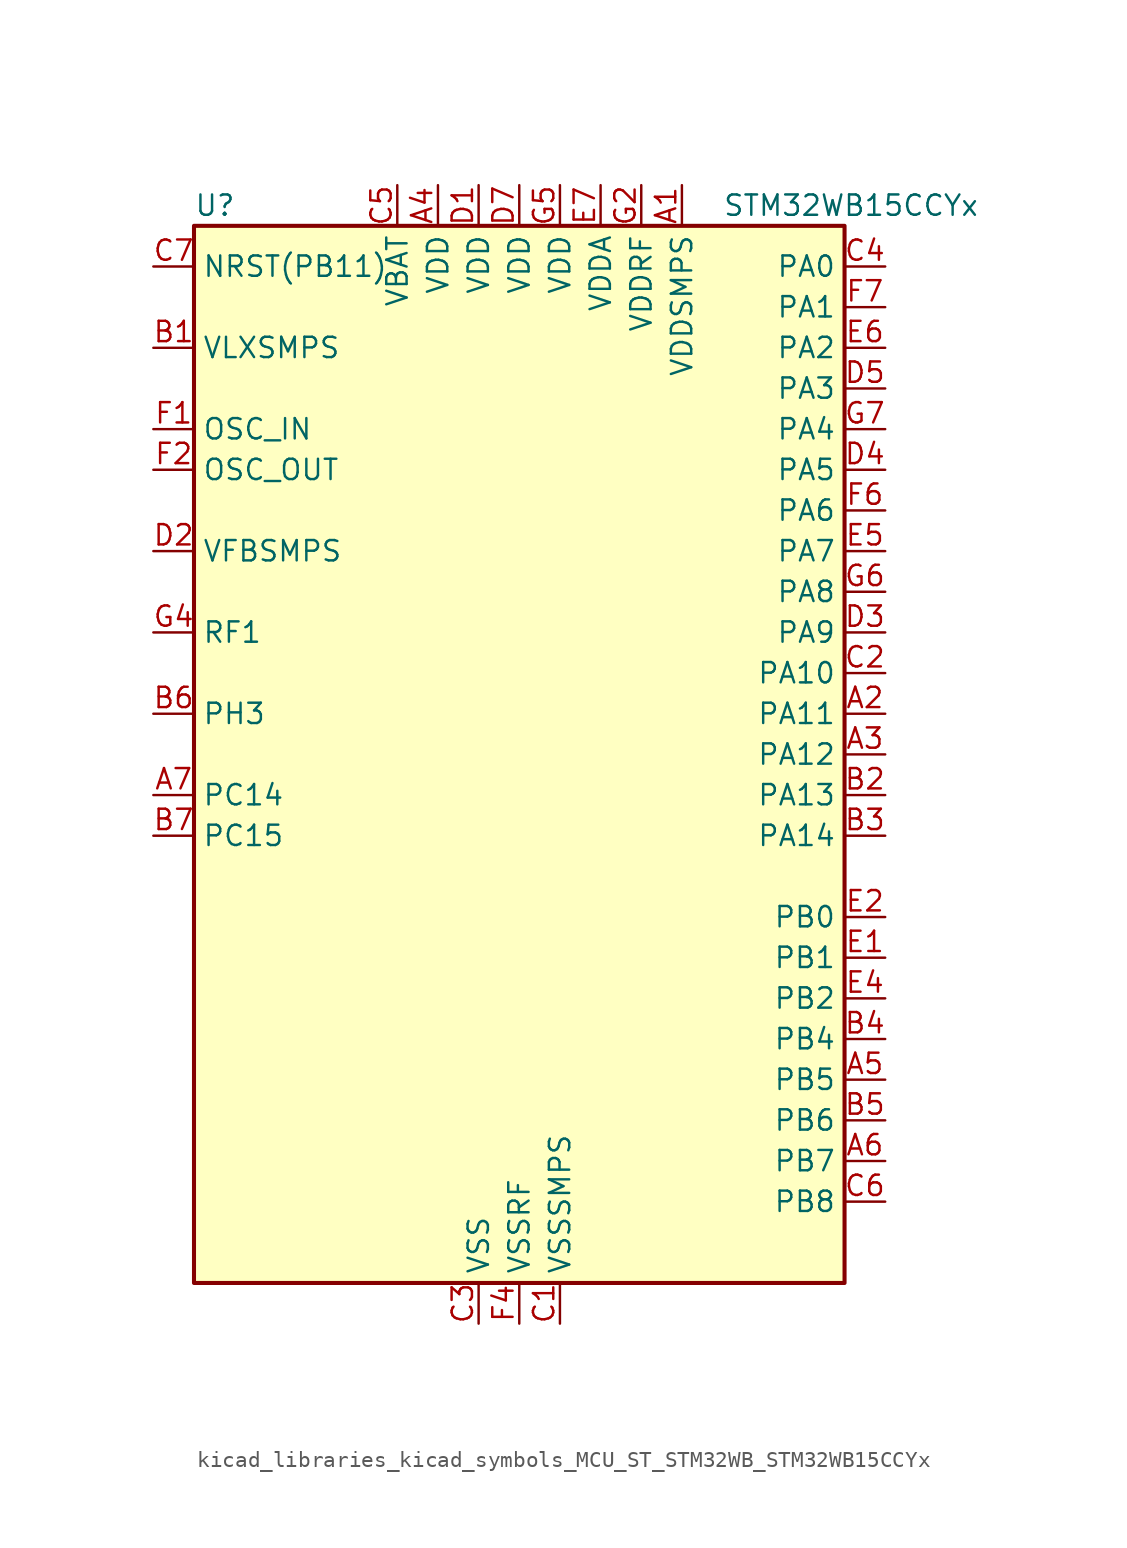
<source format=kicad_sym>
(kicad_symbol_lib
  (version 20220914)
  (generator kicad_symbol_editor)
  (symbol "kicad_libraries_kicad_symbols_MCU_ST_STM32WB_STM32WB15CCYx"
    (property "Reference" "U"
      (at -20.32 34.29 0)
      (effects (font (size 1.27 1.27)) (justify left)))
    (property "Value" "STM32WB15CCYx"
      (at 12.7 34.29 0)
      (effects (font (size 1.27 1.27)) (justify left)))
    (property "ki_locked" ""
      (at 0 0 0)
      (effects (font (size 1.27 1.27))))
    (symbol "kicad_libraries_kicad_symbols_MCU_ST_STM32WB_STM32WB15CCYx_0_1"
      (rectangle (start -20.32 -33.02) (end 20.32 33.02) (stroke (width 0.254) (type default)) (fill (type background))))
    (symbol "kicad_libraries_kicad_symbols_MCU_ST_STM32WB_STM32WB15CCYx_1_1"
      (pin power_in line (at 10.16 35.56 270) (length 2.54) (name "VDDSMPS" (effects (font (size 1.27 1.27)))) (number "A1" (effects (font (size 1.27 1.27)))))
      (pin bidirectional line (at 22.86 2.54 180) (length 2.54) (name "PA11" (effects (font (size 1.27 1.27)))) (number "A2" (effects (font (size 1.27 1.27)))) (alternate "ADC1_EXTI11" bidirectional line) (alternate "SPI1_MISO" bidirectional line) (alternate "TIM1_BKIN2" bidirectional line) (alternate "TIM1_CH4" bidirectional line) (alternate "USART1_CTS" bidirectional line) (alternate "USART1_NSS" bidirectional line))
      (pin bidirectional line (at 22.86 0 180) (length 2.54) (name "PA12" (effects (font (size 1.27 1.27)))) (number "A3" (effects (font (size 1.27 1.27)))) (alternate "LPUART1_RX" bidirectional line) (alternate "SPI1_MOSI" bidirectional line) (alternate "TIM1_ETR" bidirectional line) (alternate "USART1_DE" bidirectional line) (alternate "USART1_RTS" bidirectional line))
      (pin power_in line (at -5.08 35.56 270) (length 2.54) (name "VDD" (effects (font (size 1.27 1.27)))) (number "A4" (effects (font (size 1.27 1.27)))))
      (pin bidirectional line (at 22.86 -20.32 180) (length 2.54) (name "PB5" (effects (font (size 1.27 1.27)))) (number "A5" (effects (font (size 1.27 1.27)))) (alternate "I2C1_SMBA" bidirectional line) (alternate "LPTIM1_IN1" bidirectional line) (alternate "LPUART1_TX" bidirectional line) (alternate "SPI1_MOSI" bidirectional line) (alternate "TSC_G2_IO2" bidirectional line) (alternate "USART1_CK" bidirectional line))
      (pin bidirectional line (at 22.86 -25.4 180) (length 2.54) (name "PB7" (effects (font (size 1.27 1.27)))) (number "A6" (effects (font (size 1.27 1.27)))) (alternate "I2C1_SDA" bidirectional line) (alternate "LPTIM1_IN2" bidirectional line) (alternate "SYS_PVD_IN" bidirectional line) (alternate "TIM1_BKIN" bidirectional line) (alternate "TIM1_CH3" bidirectional line) (alternate "TSC_G2_IO4" bidirectional line) (alternate "USART1_RX" bidirectional line))
      (pin bidirectional line (at -22.86 -2.54 0) (length 2.54) (name "PC14" (effects (font (size 1.27 1.27)))) (number "A7" (effects (font (size 1.27 1.27)))) (alternate "RCC_OSC32_IN" bidirectional line))
      (pin power_in line (at -22.86 25.4 0) (length 2.54) (name "VLXSMPS" (effects (font (size 1.27 1.27)))) (number "B1" (effects (font (size 1.27 1.27)))))
      (pin bidirectional line (at 22.86 -2.54 180) (length 2.54) (name "PA13" (effects (font (size 1.27 1.27)))) (number "B2" (effects (font (size 1.27 1.27)))) (alternate "SPI1_MOSI" bidirectional line) (alternate "SYS_JTMS-SWDIO" bidirectional line) (alternate "TSC_G7_IO1" bidirectional line))
      (pin bidirectional line (at 22.86 -5.08 180) (length 2.54) (name "PA14" (effects (font (size 1.27 1.27)))) (number "B3" (effects (font (size 1.27 1.27)))) (alternate "I2C1_SMBA" bidirectional line) (alternate "LPTIM1_OUT" bidirectional line) (alternate "SPI1_NSS" bidirectional line) (alternate "SYS_JTCK-SWCLK" bidirectional line))
      (pin bidirectional line (at 22.86 -17.78 180) (length 2.54) (name "PB4" (effects (font (size 1.27 1.27)))) (number "B4" (effects (font (size 1.27 1.27)))) (alternate "SPI1_MISO" bidirectional line) (alternate "SYS_JTRST" bidirectional line) (alternate "TSC_G2_IO1" bidirectional line) (alternate "USART1_CTS" bidirectional line) (alternate "USART1_NSS" bidirectional line))
      (pin bidirectional line (at 22.86 -22.86 180) (length 2.54) (name "PB6" (effects (font (size 1.27 1.27)))) (number "B5" (effects (font (size 1.27 1.27)))) (alternate "I2C1_SCL" bidirectional line) (alternate "LPTIM1_ETR" bidirectional line) (alternate "RCC_MCO" bidirectional line) (alternate "SPI1_NSS" bidirectional line) (alternate "TSC_G2_IO3" bidirectional line) (alternate "USART1_TX" bidirectional line))
      (pin bidirectional line (at -22.86 2.54 0) (length 2.54) (name "PH3" (effects (font (size 1.27 1.27)))) (number "B6" (effects (font (size 1.27 1.27)))) (alternate "RCC_LSCO" bidirectional line))
      (pin bidirectional line (at -22.86 -5.08 0) (length 2.54) (name "PC15" (effects (font (size 1.27 1.27)))) (number "B7" (effects (font (size 1.27 1.27)))) (alternate "RCC_OSC32_OUT" bidirectional line))
      (pin power_in line (at 2.54 -35.56 90) (length 2.54) (name "VSSSMPS" (effects (font (size 1.27 1.27)))) (number "C1" (effects (font (size 1.27 1.27)))))
      (pin bidirectional line (at 22.86 5.08 180) (length 2.54) (name "PA10" (effects (font (size 1.27 1.27)))) (number "C2" (effects (font (size 1.27 1.27)))) (alternate "I2C1_SDA" bidirectional line) (alternate "TIM1_CH3" bidirectional line) (alternate "TSC_G7_IO2" bidirectional line) (alternate "USART1_RX" bidirectional line))
      (pin power_in line (at -2.54 -35.56 90) (length 2.54) (name "VSS" (effects (font (size 1.27 1.27)))) (number "C3" (effects (font (size 1.27 1.27)))))
      (pin bidirectional line (at 22.86 30.48 180) (length 2.54) (name "PA0" (effects (font (size 1.27 1.27)))) (number "C4" (effects (font (size 1.27 1.27)))) (alternate "ADC1_IN5" bidirectional line) (alternate "COMP1_INM" bidirectional line) (alternate "COMP1_OUT" bidirectional line) (alternate "RTC_TAMP2" bidirectional line) (alternate "SYS_WKUP1" bidirectional line) (alternate "TIM2_CH1" bidirectional line) (alternate "TIM2_ETR" bidirectional line))
      (pin power_in line (at -7.62 35.56 270) (length 2.54) (name "VBAT" (effects (font (size 1.27 1.27)))) (number "C5" (effects (font (size 1.27 1.27)))))
      (pin bidirectional line (at 22.86 -27.94 180) (length 2.54) (name "PB8" (effects (font (size 1.27 1.27)))) (number "C6" (effects (font (size 1.27 1.27)))) (alternate "I2C1_SCL" bidirectional line) (alternate "TIM1_CH2N" bidirectional line) (alternate "TSC_G7_IO3" bidirectional line))
      (pin input line (at -22.86 30.48 0) (length 2.54) (name "NRST(PB11)" (effects (font (size 1.27 1.27)))) (number "C7" (effects (font (size 1.27 1.27)))))
      (pin power_in line (at -2.54 35.56 270) (length 2.54) (name "VDD" (effects (font (size 1.27 1.27)))) (number "D1" (effects (font (size 1.27 1.27)))))
      (pin input line (at -22.86 12.7 0) (length 2.54) (name "VFBSMPS" (effects (font (size 1.27 1.27)))) (number "D2" (effects (font (size 1.27 1.27)))))
      (pin bidirectional line (at 22.86 7.62 180) (length 2.54) (name "PA9" (effects (font (size 1.27 1.27)))) (number "D3" (effects (font (size 1.27 1.27)))) (alternate "ADC1_IN4" bidirectional line) (alternate "COMP1_INM" bidirectional line) (alternate "I2C1_SCL" bidirectional line) (alternate "TIM1_CH2" bidirectional line) (alternate "USART1_TX" bidirectional line))
      (pin bidirectional line (at 22.86 17.78 180) (length 2.54) (name "PA5" (effects (font (size 1.27 1.27)))) (number "D4" (effects (font (size 1.27 1.27)))) (alternate "ADC1_IN10" bidirectional line) (alternate "COMP1_INM" bidirectional line) (alternate "LPTIM2_ETR" bidirectional line) (alternate "SPI1_MOSI" bidirectional line) (alternate "SPI1_SCK" bidirectional line) (alternate "TIM2_CH1" bidirectional line) (alternate "TIM2_ETR" bidirectional line))
      (pin bidirectional line (at 22.86 22.86 180) (length 2.54) (name "PA3" (effects (font (size 1.27 1.27)))) (number "D5" (effects (font (size 1.27 1.27)))) (alternate "ADC1_IN8" bidirectional line) (alternate "LPUART1_RX" bidirectional line) (alternate "TIM2_CH4" bidirectional line))
      (pin passive line (at -2.54 -35.56 90) (length 2.54) hide (name "VSS" (effects (font (size 1.27 1.27)))) (number "D6" (effects (font (size 1.27 1.27)))))
      (pin power_in line (at 0 35.56 270) (length 2.54) (name "VDD" (effects (font (size 1.27 1.27)))) (number "D7" (effects (font (size 1.27 1.27)))))
      (pin bidirectional line (at 22.86 -12.7 180) (length 2.54) (name "PB1" (effects (font (size 1.27 1.27)))) (number "E1" (effects (font (size 1.27 1.27)))) (alternate "LPTIM2_IN1" bidirectional line) (alternate "LPUART1_DE" bidirectional line) (alternate "LPUART1_RTS" bidirectional line))
      (pin bidirectional line (at 22.86 -10.16 180) (length 2.54) (name "PB0" (effects (font (size 1.27 1.27)))) (number "E2" (effects (font (size 1.27 1.27)))) (alternate "COMP1_OUT" bidirectional line) (alternate "RF_TX_MOD_EXT_PA" bidirectional line))
      (pin no_connect line (at -20.32 -33.02 0) (length 2.54) hide (name "AT0" (effects (font (size 1.27 1.27)))) (number "E3" (effects (font (size 1.27 1.27)))))
      (pin bidirectional line (at 22.86 -15.24 180) (length 2.54) (name "PB2" (effects (font (size 1.27 1.27)))) (number "E4" (effects (font (size 1.27 1.27)))) (alternate "COMP1_INP" bidirectional line) (alternate "LPTIM1_OUT" bidirectional line) (alternate "RTC_OUT" bidirectional line) (alternate "SPI1_NSS" bidirectional line))
      (pin bidirectional line (at 22.86 12.7 180) (length 2.54) (name "PA7" (effects (font (size 1.27 1.27)))) (number "E5" (effects (font (size 1.27 1.27)))) (alternate "ADC1_IN2" bidirectional line) (alternate "SPI1_MOSI" bidirectional line) (alternate "TIM1_CH1N" bidirectional line))
      (pin bidirectional line (at 22.86 25.4 180) (length 2.54) (name "PA2" (effects (font (size 1.27 1.27)))) (number "E6" (effects (font (size 1.27 1.27)))) (alternate "ADC1_IN7" bidirectional line) (alternate "LPUART1_TX" bidirectional line) (alternate "RCC_LSCO" bidirectional line) (alternate "SYS_WKUP4" bidirectional line) (alternate "TIM2_CH3" bidirectional line))
      (pin power_in line (at 5.08 35.56 270) (length 2.54) (name "VDDA" (effects (font (size 1.27 1.27)))) (number "E7" (effects (font (size 1.27 1.27)))))
      (pin input line (at -22.86 20.32 0) (length 2.54) (name "OSC_IN" (effects (font (size 1.27 1.27)))) (number "F1" (effects (font (size 1.27 1.27)))) (alternate "RCC_OSC_IN" bidirectional line))
      (pin input line (at -22.86 17.78 0) (length 2.54) (name "OSC_OUT" (effects (font (size 1.27 1.27)))) (number "F2" (effects (font (size 1.27 1.27)))) (alternate "RCC_OSC_OUT" bidirectional line))
      (pin no_connect line (at -20.32 -30.48 0) (length 2.54) hide (name "AT1" (effects (font (size 1.27 1.27)))) (number "F3" (effects (font (size 1.27 1.27)))))
      (pin power_in line (at 0 -35.56 90) (length 2.54) (name "VSSRF" (effects (font (size 1.27 1.27)))) (number "F4" (effects (font (size 1.27 1.27)))))
      (pin passive line (at -2.54 -35.56 90) (length 2.54) hide (name "VSS" (effects (font (size 1.27 1.27)))) (number "F5" (effects (font (size 1.27 1.27)))))
      (pin bidirectional line (at 22.86 15.24 180) (length 2.54) (name "PA6" (effects (font (size 1.27 1.27)))) (number "F6" (effects (font (size 1.27 1.27)))) (alternate "ADC1_IN11" bidirectional line) (alternate "LPUART1_CTS" bidirectional line) (alternate "SPI1_MISO" bidirectional line) (alternate "TIM1_BKIN" bidirectional line))
      (pin bidirectional line (at 22.86 27.94 180) (length 2.54) (name "PA1" (effects (font (size 1.27 1.27)))) (number "F7" (effects (font (size 1.27 1.27)))) (alternate "ADC1_IN6" bidirectional line) (alternate "COMP1_INP" bidirectional line) (alternate "I2C1_SMBA" bidirectional line) (alternate "SPI1_SCK" bidirectional line) (alternate "TIM2_CH2" bidirectional line))
      (pin passive line (at 0 -35.56 90) (length 2.54) hide (name "VSSRF" (effects (font (size 1.27 1.27)))) (number "G1" (effects (font (size 1.27 1.27)))))
      (pin power_in line (at 7.62 35.56 270) (length 2.54) (name "VDDRF" (effects (font (size 1.27 1.27)))) (number "G2" (effects (font (size 1.27 1.27)))))
      (pin passive line (at 0 -35.56 90) (length 2.54) hide (name "VSSRF" (effects (font (size 1.27 1.27)))) (number "G3" (effects (font (size 1.27 1.27)))))
      (pin bidirectional line (at -22.86 7.62 0) (length 2.54) (name "RF1" (effects (font (size 1.27 1.27)))) (number "G4" (effects (font (size 1.27 1.27)))) (alternate "RF_RF1" bidirectional line))
      (pin power_in line (at 2.54 35.56 270) (length 2.54) (name "VDD" (effects (font (size 1.27 1.27)))) (number "G5" (effects (font (size 1.27 1.27)))))
      (pin bidirectional line (at 22.86 10.16 180) (length 2.54) (name "PA8" (effects (font (size 1.27 1.27)))) (number "G6" (effects (font (size 1.27 1.27)))) (alternate "ADC1_IN3" bidirectional line) (alternate "LPTIM2_OUT" bidirectional line) (alternate "RCC_MCO" bidirectional line) (alternate "TIM1_CH1" bidirectional line) (alternate "USART1_CK" bidirectional line))
      (pin bidirectional line (at 22.86 20.32 180) (length 2.54) (name "PA4" (effects (font (size 1.27 1.27)))) (number "G7" (effects (font (size 1.27 1.27)))) (alternate "ADC1_IN9" bidirectional line) (alternate "COMP1_INM" bidirectional line) (alternate "LPTIM2_OUT" bidirectional line) (alternate "SPI1_NSS" bidirectional line)))))
</source>
